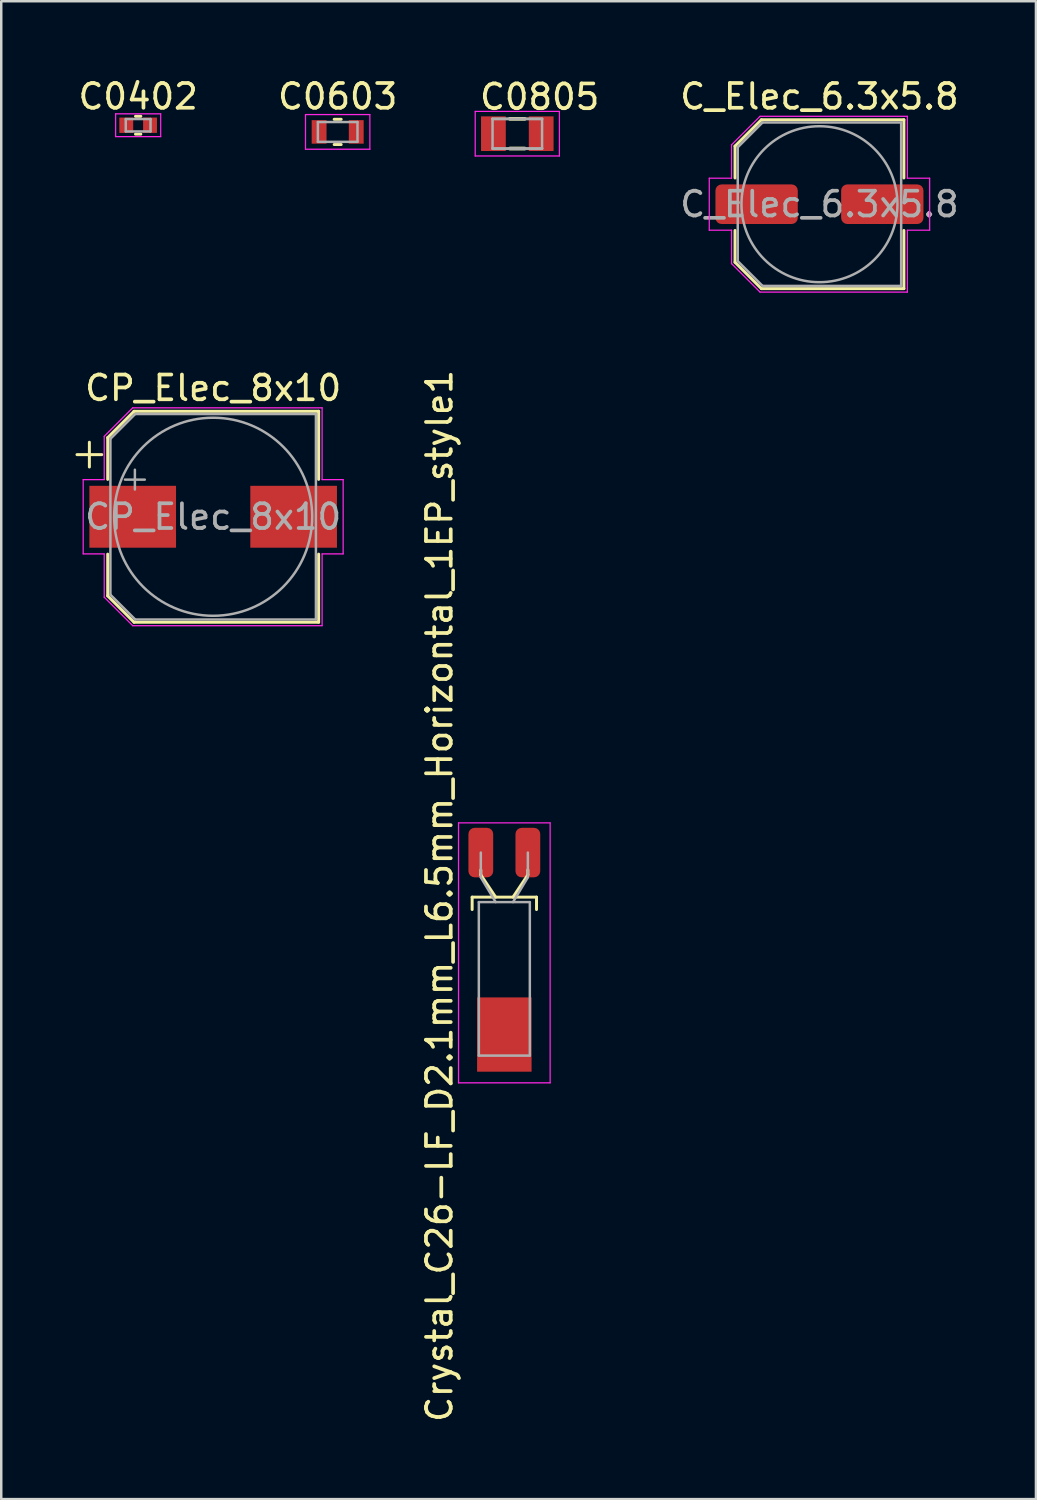
<source format=kicad_pcb>
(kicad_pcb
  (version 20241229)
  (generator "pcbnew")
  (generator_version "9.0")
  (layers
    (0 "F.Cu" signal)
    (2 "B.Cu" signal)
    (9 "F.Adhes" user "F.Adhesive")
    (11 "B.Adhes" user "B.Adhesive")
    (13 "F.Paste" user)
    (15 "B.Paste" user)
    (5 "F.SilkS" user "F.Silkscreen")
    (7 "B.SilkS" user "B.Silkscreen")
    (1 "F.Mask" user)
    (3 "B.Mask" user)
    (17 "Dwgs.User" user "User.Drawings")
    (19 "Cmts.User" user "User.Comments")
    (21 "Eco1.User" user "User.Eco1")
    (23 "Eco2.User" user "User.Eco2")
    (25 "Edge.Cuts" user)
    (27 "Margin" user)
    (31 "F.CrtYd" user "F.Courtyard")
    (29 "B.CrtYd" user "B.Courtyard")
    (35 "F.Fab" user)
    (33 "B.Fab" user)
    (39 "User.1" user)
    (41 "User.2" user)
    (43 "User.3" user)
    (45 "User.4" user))
  (footprint "Crystal_C26-LF_D2.1mm_L6.5mm_Horizontal_1EP_style1"
    (layer "F.Cu")
    (at 16.37 31.386)
    (property "Reference" "Crystal_C26-LF_D2.1mm_L6.5mm_Horizontal_1EP_style1" (at -1.67 1.75 90) (layer "F.SilkS") (effects (font (size 1 1) (thickness 0.15))))
    (attr through_hole)
    (fp_line (start -0.35 1.8) (end 2.25 1.8) (stroke (width 0.12) (type solid)) (layer "F.SilkS"))
    (fp_line (start -0.35 2.3) (end -0.35 1.8) (stroke (width 0.12) (type solid)) (layer "F.SilkS"))
    (fp_line (start 0 0.9) (end 0 0.7) (stroke (width 0.12) (type solid)) (layer "F.SilkS"))
    (fp_line (start 0.6 1.8) (end 0 0.9) (stroke (width 0.12) (type solid)) (layer "F.SilkS"))
    (fp_line (start 1.3 1.8) (end 1.9 0.9) (stroke (width 0.12) (type solid)) (layer "F.SilkS"))
    (fp_line (start 1.9 0.9) (end 1.9 0.7) (stroke (width 0.12) (type solid)) (layer "F.SilkS"))
    (fp_line (start 2.25 1.8) (end 2.25 2.3) (stroke (width 0.12) (type solid)) (layer "F.SilkS"))
    (fp_line (start -0.9 -1.2) (end -0.9 9.3) (stroke (width 0.05) (type solid)) (layer "F.CrtYd"))
    (fp_line (start -0.9 9.3) (end 2.8 9.3) (stroke (width 0.05) (type solid)) (layer "F.CrtYd"))
    (fp_line (start 2.8 -1.2) (end -0.9 -1.2) (stroke (width 0.05) (type solid)) (layer "F.CrtYd"))
    (fp_line (start 2.8 9.3) (end 2.8 -1.2) (stroke (width 0.05) (type solid)) (layer "F.CrtYd"))
    (fp_line (start -0.08 2) (end -0.08 8.2) (stroke (width 0.1) (type solid)) (layer "F.Fab"))
    (fp_line (start -0.08 8.2) (end 1.98 8.2) (stroke (width 0.1) (type solid)) (layer "F.Fab"))
    (fp_line (start 0 1) (end 0 0) (stroke (width 0.1) (type solid)) (layer "F.Fab"))
    (fp_line (start 0.6 2) (end 0 1) (stroke (width 0.1) (type solid)) (layer "F.Fab"))
    (fp_line (start 1.3 2) (end 1.9 1) (stroke (width 0.1) (type solid)) (layer "F.Fab"))
    (fp_line (start 1.9 1) (end 1.9 0) (stroke (width 0.1) (type solid)) (layer "F.Fab"))
    (fp_line (start 1.98 2) (end -0.08 2) (stroke (width 0.1) (type solid)) (layer "F.Fab"))
    (fp_line (start 1.98 8.2) (end 1.98 2) (stroke (width 0.1) (type solid)) (layer "F.Fab"))
    (pad "1" smd roundrect (at 0 0) (size 1 2) (layers "F.Cu" "F.Mask" "F.Paste") (roundrect_rratio 0.25))
    (pad "2" smd roundrect (at 1.9 0) (size 1 2) (layers "F.Cu" "F.Mask" "F.Paste") (roundrect_rratio 0.25))
    (pad "3" smd rect (at 0.95 7.35) (size 2.2 3) (layers "F.Cu" "F.Mask" "F.Paste")))
  (footprint "C0805"
    (layer "F.Cu")
    (at 17.844 2.35)
    (property "Reference" "C0805" (at -1.6 -0.9 180) (layer "F.SilkS") (effects (font (size 1 1) (thickness 0.15)) (justify left bottom)))
    (attr through_hole)
    (fp_line (start -0.3 -0.6) (end 0.3 -0.6) (stroke (width 0.15) (type solid)) (layer "F.SilkS"))
    (fp_line (start 0.3 0.6) (end -0.3 0.6) (stroke (width 0.15) (type solid)) (layer "F.SilkS"))
    (fp_line (start -1.7 -0.9) (end 1.7 -0.9) (stroke (width 0.05) (type solid)) (layer "F.CrtYd"))
    (fp_line (start -1.7 0.9) (end -1.7 -0.9) (stroke (width 0.05) (type solid)) (layer "F.CrtYd"))
    (fp_line (start 1.7 -0.9) (end 1.7 0.9) (stroke (width 0.05) (type solid)) (layer "F.CrtYd"))
    (fp_line (start 1.7 0.9) (end -1.7 0.9) (stroke (width 0.05) (type solid)) (layer "F.CrtYd"))
    (fp_line (start -1 -0.6) (end -1 0.6) (stroke (width 0.1) (type solid)) (layer "F.Fab"))
    (fp_line (start -1 -0.6) (end 1 -0.6) (stroke (width 0.12) (type solid)) (layer "F.Fab"))
    (fp_line (start -1 0.6) (end 1 0.6) (stroke (width 0.12) (type solid)) (layer "F.Fab"))
    (fp_line (start 1 -0.6) (end 1 0.6) (stroke (width 0.1) (type solid)) (layer "F.Fab"))
    (pad "1" smd rect (at -0.965 0) (size 1 1.4) (layers "F.Cu" "F.Mask" "F.Paste"))
    (pad "2" smd rect (at 0.965 0) (size 1 1.4) (layers "F.Cu" "F.Mask" "F.Paste")))
  (footprint "CP_Elec_8x10"
    (layer "F.Cu")
    (at 5.56 17.822)
    (property "Reference" "CP_Elec_8x10" (at 0 -5.2 0) (layer "F.SilkS") (effects (font (size 1 1) (thickness 0.15))))
    (attr smd)
    (fp_line (start -5.5 -2.51) (end -4.5 -2.51) (stroke (width 0.12) (type solid)) (layer "F.SilkS"))
    (fp_line (start -5 -3.01) (end -5 -2.01) (stroke (width 0.12) (type solid)) (layer "F.SilkS"))
    (fp_line (start -4.26 -3.196) (end -4.26 -1.51) (stroke (width 0.12) (type solid)) (layer "F.SilkS"))
    (fp_line (start -4.26 -3.196) (end -3.196 -4.26) (stroke (width 0.12) (type solid)) (layer "F.SilkS"))
    (fp_line (start -4.26 3.196) (end -4.26 1.51) (stroke (width 0.12) (type solid)) (layer "F.SilkS"))
    (fp_line (start -4.26 3.196) (end -3.196 4.26) (stroke (width 0.12) (type solid)) (layer "F.SilkS"))
    (fp_line (start -3.196 -4.26) (end 4.26 -4.26) (stroke (width 0.12) (type solid)) (layer "F.SilkS"))
    (fp_line (start -3.196 4.26) (end 4.26 4.26) (stroke (width 0.12) (type solid)) (layer "F.SilkS"))
    (fp_line (start 4.26 -4.26) (end 4.26 -1.51) (stroke (width 0.12) (type solid)) (layer "F.SilkS"))
    (fp_line (start 4.26 4.26) (end 4.26 1.51) (stroke (width 0.12) (type solid)) (layer "F.SilkS"))
    (fp_line (start -5.25 -1.5) (end -5.25 1.5) (stroke (width 0.05) (type solid)) (layer "F.CrtYd"))
    (fp_line (start -5.25 1.5) (end -4.4 1.5) (stroke (width 0.05) (type solid)) (layer "F.CrtYd"))
    (fp_line (start -4.4 -3.25) (end -4.4 -1.5) (stroke (width 0.05) (type solid)) (layer "F.CrtYd"))
    (fp_line (start -4.4 -3.25) (end -3.25 -4.4) (stroke (width 0.05) (type solid)) (layer "F.CrtYd"))
    (fp_line (start -4.4 -1.5) (end -5.25 -1.5) (stroke (width 0.05) (type solid)) (layer "F.CrtYd"))
    (fp_line (start -4.4 1.5) (end -4.4 3.25) (stroke (width 0.05) (type solid)) (layer "F.CrtYd"))
    (fp_line (start -4.4 3.25) (end -3.25 4.4) (stroke (width 0.05) (type solid)) (layer "F.CrtYd"))
    (fp_line (start -3.25 -4.4) (end 4.4 -4.4) (stroke (width 0.05) (type solid)) (layer "F.CrtYd"))
    (fp_line (start -3.25 4.4) (end 4.4 4.4) (stroke (width 0.05) (type solid)) (layer "F.CrtYd"))
    (fp_line (start 4.4 -4.4) (end 4.4 -1.5) (stroke (width 0.05) (type solid)) (layer "F.CrtYd"))
    (fp_line (start 4.4 -1.5) (end 5.25 -1.5) (stroke (width 0.05) (type solid)) (layer "F.CrtYd"))
    (fp_line (start 4.4 1.5) (end 4.4 4.4) (stroke (width 0.05) (type solid)) (layer "F.CrtYd"))
    (fp_line (start 5.25 -1.5) (end 5.25 1.5) (stroke (width 0.05) (type solid)) (layer "F.CrtYd"))
    (fp_line (start 5.25 1.5) (end 4.4 1.5) (stroke (width 0.05) (type solid)) (layer "F.CrtYd"))
    (fp_line (start -4.15 -3.15) (end -4.15 3.15) (stroke (width 0.1) (type solid)) (layer "F.Fab"))
    (fp_line (start -4.15 -3.15) (end -3.15 -4.15) (stroke (width 0.1) (type solid)) (layer "F.Fab"))
    (fp_line (start -4.15 3.15) (end -3.15 4.15) (stroke (width 0.1) (type solid)) (layer "F.Fab"))
    (fp_line (start -3.562 -1.5) (end -2.762 -1.5) (stroke (width 0.1) (type solid)) (layer "F.Fab"))
    (fp_line (start -3.162 -1.9) (end -3.162 -1.1) (stroke (width 0.1) (type solid)) (layer "F.Fab"))
    (fp_line (start -3.15 -4.15) (end 4.15 -4.15) (stroke (width 0.1) (type solid)) (layer "F.Fab"))
    (fp_line (start -3.15 4.15) (end 4.15 4.15) (stroke (width 0.1) (type solid)) (layer "F.Fab"))
    (fp_line (start 4.15 -4.15) (end 4.15 4.15) (stroke (width 0.1) (type solid)) (layer "F.Fab"))
    (fp_circle (center 0 0) (end 4 0) (stroke (width 0.1) (type solid)) (fill no) (layer "F.Fab"))
    (fp_text user "${REFERENCE}" (at 0 0 0) (layer "F.Fab") (effects (font (size 1 1) (thickness 0.15))))
    (pad "1" smd rect (at -3.25 0) (size 3.5 2.5) (layers "F.Cu" "F.Mask" "F.Paste"))
    (pad "2" smd rect (at 3.25 0) (size 3.5 2.5) (layers "F.Cu" "F.Mask" "F.Paste")))
  (footprint "C_Elec_6.3x5.8"
    (layer "F.Cu")
    (at 30.048 5.198)
    (property "Reference" "C_Elec_6.3x5.8" (at 0 -4.35 0) (layer "F.SilkS") (effects (font (size 1 1) (thickness 0.15))))
    (attr smd)
    (fp_line (start -3.41 -2.346) (end -3.41 -1.06) (stroke (width 0.12) (type solid)) (layer "F.SilkS"))
    (fp_line (start -3.41 -2.346) (end -2.346 -3.41) (stroke (width 0.12) (type solid)) (layer "F.SilkS"))
    (fp_line (start -3.41 2.346) (end -3.41 1.06) (stroke (width 0.12) (type solid)) (layer "F.SilkS"))
    (fp_line (start -3.41 2.346) (end -2.346 3.41) (stroke (width 0.12) (type solid)) (layer "F.SilkS"))
    (fp_line (start -2.346 -3.41) (end 3.41 -3.41) (stroke (width 0.12) (type solid)) (layer "F.SilkS"))
    (fp_line (start -2.346 3.41) (end 3.41 3.41) (stroke (width 0.12) (type solid)) (layer "F.SilkS"))
    (fp_line (start 3.41 -3.41) (end 3.41 -1.06) (stroke (width 0.12) (type solid)) (layer "F.SilkS"))
    (fp_line (start 3.41 3.41) (end 3.41 1.06) (stroke (width 0.12) (type solid)) (layer "F.SilkS"))
    (fp_line (start -4.45 -1.05) (end -4.45 1.05) (stroke (width 0.05) (type solid)) (layer "F.CrtYd"))
    (fp_line (start -4.45 1.05) (end -3.55 1.05) (stroke (width 0.05) (type solid)) (layer "F.CrtYd"))
    (fp_line (start -3.55 -2.4) (end -3.55 -1.05) (stroke (width 0.05) (type solid)) (layer "F.CrtYd"))
    (fp_line (start -3.55 -2.4) (end -2.4 -3.55) (stroke (width 0.05) (type solid)) (layer "F.CrtYd"))
    (fp_line (start -3.55 -1.05) (end -4.45 -1.05) (stroke (width 0.05) (type solid)) (layer "F.CrtYd"))
    (fp_line (start -3.55 1.05) (end -3.55 2.4) (stroke (width 0.05) (type solid)) (layer "F.CrtYd"))
    (fp_line (start -3.55 2.4) (end -2.4 3.55) (stroke (width 0.05) (type solid)) (layer "F.CrtYd"))
    (fp_line (start -2.4 -3.55) (end 3.55 -3.55) (stroke (width 0.05) (type solid)) (layer "F.CrtYd"))
    (fp_line (start -2.4 3.55) (end 3.55 3.55) (stroke (width 0.05) (type solid)) (layer "F.CrtYd"))
    (fp_line (start 3.55 -3.55) (end 3.55 -1.05) (stroke (width 0.05) (type solid)) (layer "F.CrtYd"))
    (fp_line (start 3.55 -1.05) (end 4.45 -1.05) (stroke (width 0.05) (type solid)) (layer "F.CrtYd"))
    (fp_line (start 3.55 1.05) (end 3.55 3.55) (stroke (width 0.05) (type solid)) (layer "F.CrtYd"))
    (fp_line (start 4.45 -1.05) (end 4.45 1.05) (stroke (width 0.05) (type solid)) (layer "F.CrtYd"))
    (fp_line (start 4.45 1.05) (end 3.55 1.05) (stroke (width 0.05) (type solid)) (layer "F.CrtYd"))
    (fp_line (start -3.3 -2.3) (end -3.3 2.3) (stroke (width 0.1) (type solid)) (layer "F.Fab"))
    (fp_line (start -3.3 -2.3) (end -2.3 -3.3) (stroke (width 0.1) (type solid)) (layer "F.Fab"))
    (fp_line (start -3.3 2.3) (end -2.3 3.3) (stroke (width 0.1) (type solid)) (layer "F.Fab"))
    (fp_line (start -2.3 -3.3) (end 3.3 -3.3) (stroke (width 0.1) (type solid)) (layer "F.Fab"))
    (fp_line (start -2.3 3.3) (end 3.3 3.3) (stroke (width 0.1) (type solid)) (layer "F.Fab"))
    (fp_line (start 3.3 -3.3) (end 3.3 3.3) (stroke (width 0.1) (type solid)) (layer "F.Fab"))
    (fp_circle (center 0 0) (end 3.15 0) (stroke (width 0.1) (type solid)) (fill no) (layer "F.Fab"))
    (fp_text user "${REFERENCE}" (at 0 0 0) (layer "F.Fab") (effects (font (size 1 1) (thickness 0.15))))
    (pad "1" smd roundrect (at -2.538 0) (size 3.325 1.6) (layers "F.Cu" "F.Mask" "F.Paste") (roundrect_rratio 0.156))
    (pad "2" smd roundrect (at 2.538 0) (size 3.325 1.6) (layers "F.Cu" "F.Mask" "F.Paste") (roundrect_rratio 0.156)))
  (footprint "C0603"
    (layer "F.Cu")
    (at 10.589 2.278)
    (property "Reference" "C0603" (at 0 -1.43 0) (layer "F.SilkS") (effects (font (size 1 1) (thickness 0.15))))
    (attr smd)
    (fp_line (start -0.141 -0.51) (end 0.141 -0.51) (stroke (width 0.12) (type solid)) (layer "F.SilkS"))
    (fp_line (start -0.141 0.51) (end 0.141 0.51) (stroke (width 0.12) (type solid)) (layer "F.SilkS"))
    (fp_line (start -1.3 -0.7) (end 1.3 -0.7) (stroke (width 0.05) (type solid)) (layer "F.CrtYd"))
    (fp_line (start -1.3 0.7) (end -1.3 -0.7) (stroke (width 0.05) (type solid)) (layer "F.CrtYd"))
    (fp_line (start 1.3 -0.7) (end 1.3 0.7) (stroke (width 0.05) (type solid)) (layer "F.CrtYd"))
    (fp_line (start 1.3 0.7) (end -1.3 0.7) (stroke (width 0.05) (type solid)) (layer "F.CrtYd"))
    (fp_line (start -0.8 -0.4) (end 0.8 -0.4) (stroke (width 0.1) (type solid)) (layer "F.Fab"))
    (fp_line (start -0.8 0.4) (end -0.8 -0.4) (stroke (width 0.1) (type solid)) (layer "F.Fab"))
    (fp_line (start 0.8 -0.4) (end 0.8 0.4) (stroke (width 0.1) (type solid)) (layer "F.Fab"))
    (fp_line (start 0.8 0.4) (end -0.8 0.4) (stroke (width 0.1) (type solid)) (layer "F.Fab"))
    (pad "1" smd rect (at -0.75 0) (size 0.6 0.95) (layers "F.Cu" "F.Mask" "F.Paste"))
    (pad "2" smd rect (at 0.75 0) (size 0.6 0.95) (layers "F.Cu" "F.Mask" "F.Paste")))
  (footprint "C0402"
    (layer "F.Cu")
    (at 2.53 2.008)
    (property "Reference" "C0402" (at 0 -1.16 0) (layer "F.SilkS") (effects (font (size 1 1) (thickness 0.15))))
    (attr smd)
    (fp_line (start -0.108 -0.36) (end 0.108 -0.36) (stroke (width 0.12) (type solid)) (layer "F.SilkS"))
    (fp_line (start -0.108 0.36) (end 0.108 0.36) (stroke (width 0.12) (type solid)) (layer "F.SilkS"))
    (fp_line (start -0.91 -0.46) (end 0.91 -0.46) (stroke (width 0.05) (type solid)) (layer "F.CrtYd"))
    (fp_line (start -0.91 0.46) (end -0.91 -0.46) (stroke (width 0.05) (type solid)) (layer "F.CrtYd"))
    (fp_line (start 0.91 -0.46) (end 0.91 0.46) (stroke (width 0.05) (type solid)) (layer "F.CrtYd"))
    (fp_line (start 0.91 0.46) (end -0.91 0.46) (stroke (width 0.05) (type solid)) (layer "F.CrtYd"))
    (fp_line (start -0.5 -0.25) (end 0.5 -0.25) (stroke (width 0.1) (type solid)) (layer "F.Fab"))
    (fp_line (start -0.5 0.25) (end -0.5 -0.25) (stroke (width 0.1) (type solid)) (layer "F.Fab"))
    (fp_line (start 0.5 -0.25) (end 0.5 0.25) (stroke (width 0.1) (type solid)) (layer "F.Fab"))
    (fp_line (start 0.5 0.25) (end -0.5 0.25) (stroke (width 0.1) (type solid)) (layer "F.Fab"))
    (pad "1" smd rect (at -0.48 0) (size 0.56 0.62) (layers "F.Cu" "F.Mask" "F.Paste"))
    (pad "2" smd rect (at 0.48 0) (size 0.56 0.62) (layers "F.Cu" "F.Mask" "F.Paste")))
  (gr_rect
    (start -3 -3)
    (end 38.792 57.499)
    (stroke (width 0.1) (type default))
    (fill no)
    (layer "Edge.Cuts")))
</source>
